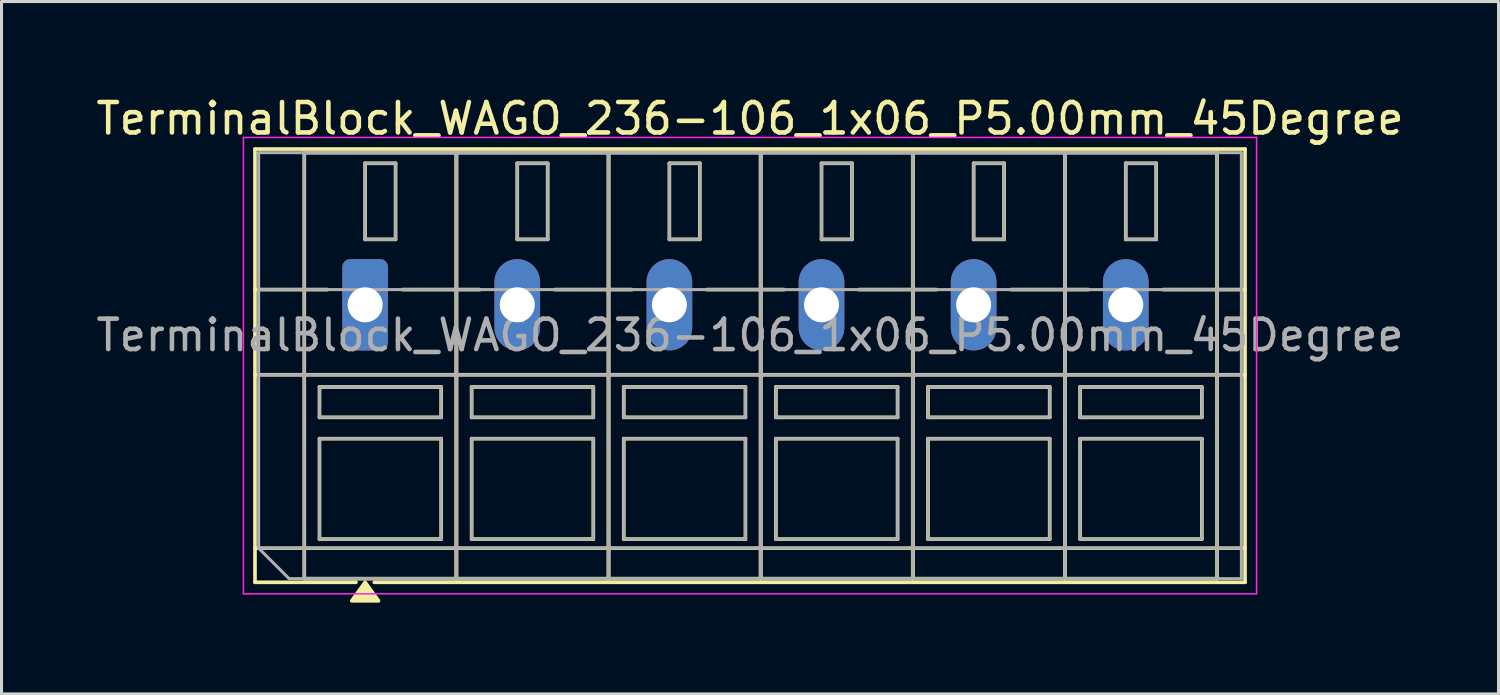
<source format=kicad_pcb>
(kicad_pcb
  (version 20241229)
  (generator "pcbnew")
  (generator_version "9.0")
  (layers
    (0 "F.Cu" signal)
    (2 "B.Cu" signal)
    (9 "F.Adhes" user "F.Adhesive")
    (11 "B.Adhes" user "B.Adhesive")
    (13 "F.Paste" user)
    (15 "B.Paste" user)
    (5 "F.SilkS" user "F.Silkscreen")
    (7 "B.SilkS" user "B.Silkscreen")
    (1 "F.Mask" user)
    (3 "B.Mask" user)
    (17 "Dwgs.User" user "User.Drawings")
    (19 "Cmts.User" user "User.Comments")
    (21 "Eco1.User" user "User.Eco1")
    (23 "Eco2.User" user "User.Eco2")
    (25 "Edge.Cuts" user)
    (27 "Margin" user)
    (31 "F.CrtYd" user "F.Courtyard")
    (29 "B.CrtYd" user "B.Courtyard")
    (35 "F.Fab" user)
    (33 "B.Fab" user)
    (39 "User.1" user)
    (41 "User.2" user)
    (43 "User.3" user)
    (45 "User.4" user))
  (footprint "TerminalBlock_WAGO_236-106_1x06_P5.00mm_45Degree"
    (layer "F.Cu")
    (at 8.951 6.968)
    (property "Reference" "TerminalBlock_WAGO_236-106_1x06_P5.00mm_45Degree" (at 12.65 -6.12 0) (layer "F.SilkS") (effects (font (size 1 1) (thickness 0.15))))
    (attr through_hole)
    (fp_line (start -3.62 -5.12) (end 28.92 -5.12) (stroke (width 0.12) (type solid)) (layer "F.SilkS"))
    (fp_line (start -3.62 -0.5) (end -1.23 -0.5) (stroke (width 0.12) (type solid)) (layer "F.SilkS"))
    (fp_line (start -3.62 2.3) (end 28.92 2.3) (stroke (width 0.12) (type solid)) (layer "F.SilkS"))
    (fp_line (start -3.62 8) (end 28.92 8) (stroke (width 0.12) (type solid)) (layer "F.SilkS"))
    (fp_line (start -3.62 9.12) (end -3.62 -5.12) (stroke (width 0.12) (type solid)) (layer "F.SilkS"))
    (fp_line (start -2 -5) (end 3 -5) (stroke (width 0.12) (type solid)) (layer "F.SilkS"))
    (fp_line (start -2 9) (end -2 -5) (stroke (width 0.12) (type solid)) (layer "F.SilkS"))
    (fp_line (start -1.5 2.7) (end 2.5 2.7) (stroke (width 0.12) (type solid)) (layer "F.SilkS"))
    (fp_line (start -1.5 3.7) (end -1.5 2.7) (stroke (width 0.12) (type solid)) (layer "F.SilkS"))
    (fp_line (start -1.5 4.4) (end 2.5 4.4) (stroke (width 0.12) (type solid)) (layer "F.SilkS"))
    (fp_line (start -1.5 7.7) (end -1.5 4.4) (stroke (width 0.12) (type solid)) (layer "F.SilkS"))
    (fp_line (start -0.3 9.12) (end -3.62 9.12) (stroke (width 0.12) (type solid)) (layer "F.SilkS"))
    (fp_line (start 0 -4.65) (end 1 -4.65) (stroke (width 0.12) (type solid)) (layer "F.SilkS"))
    (fp_line (start 0 -2.15) (end 0 -4.65) (stroke (width 0.12) (type solid)) (layer "F.SilkS"))
    (fp_line (start 1 -4.65) (end 1 -2.15) (stroke (width 0.12) (type solid)) (layer "F.SilkS"))
    (fp_line (start 1 -2.15) (end 0 -2.15) (stroke (width 0.12) (type solid)) (layer "F.SilkS"))
    (fp_line (start 1.23 -0.5) (end 3.77 -0.5) (stroke (width 0.12) (type solid)) (layer "F.SilkS"))
    (fp_line (start 2.5 2.7) (end 2.5 3.7) (stroke (width 0.12) (type solid)) (layer "F.SilkS"))
    (fp_line (start 2.5 3.7) (end -1.5 3.7) (stroke (width 0.12) (type solid)) (layer "F.SilkS"))
    (fp_line (start 2.5 4.4) (end 2.5 7.7) (stroke (width 0.12) (type solid)) (layer "F.SilkS"))
    (fp_line (start 2.5 7.7) (end -1.5 7.7) (stroke (width 0.12) (type solid)) (layer "F.SilkS"))
    (fp_line (start 3 -5) (end 3 9) (stroke (width 0.12) (type solid)) (layer "F.SilkS"))
    (fp_line (start 3 -5) (end 8 -5) (stroke (width 0.12) (type solid)) (layer "F.SilkS"))
    (fp_line (start 3 9) (end -2 9) (stroke (width 0.12) (type solid)) (layer "F.SilkS"))
    (fp_line (start 3 9) (end 3 -5) (stroke (width 0.12) (type solid)) (layer "F.SilkS"))
    (fp_line (start 3.5 2.7) (end 7.5 2.7) (stroke (width 0.12) (type solid)) (layer "F.SilkS"))
    (fp_line (start 3.5 3.7) (end 3.5 2.7) (stroke (width 0.12) (type solid)) (layer "F.SilkS"))
    (fp_line (start 3.5 4.4) (end 7.5 4.4) (stroke (width 0.12) (type solid)) (layer "F.SilkS"))
    (fp_line (start 3.5 7.7) (end 3.5 4.4) (stroke (width 0.12) (type solid)) (layer "F.SilkS"))
    (fp_line (start 5 -4.65) (end 6 -4.65) (stroke (width 0.12) (type solid)) (layer "F.SilkS"))
    (fp_line (start 5 -2.15) (end 5 -4.65) (stroke (width 0.12) (type solid)) (layer "F.SilkS"))
    (fp_line (start 6 -4.65) (end 6 -2.15) (stroke (width 0.12) (type solid)) (layer "F.SilkS"))
    (fp_line (start 6 -2.15) (end 5 -2.15) (stroke (width 0.12) (type solid)) (layer "F.SilkS"))
    (fp_line (start 6.23 -0.5) (end 8.77 -0.5) (stroke (width 0.12) (type solid)) (layer "F.SilkS"))
    (fp_line (start 7.5 2.7) (end 7.5 3.7) (stroke (width 0.12) (type solid)) (layer "F.SilkS"))
    (fp_line (start 7.5 3.7) (end 3.5 3.7) (stroke (width 0.12) (type solid)) (layer "F.SilkS"))
    (fp_line (start 7.5 4.4) (end 7.5 7.7) (stroke (width 0.12) (type solid)) (layer "F.SilkS"))
    (fp_line (start 7.5 7.7) (end 3.5 7.7) (stroke (width 0.12) (type solid)) (layer "F.SilkS"))
    (fp_line (start 8 -5) (end 8 9) (stroke (width 0.12) (type solid)) (layer "F.SilkS"))
    (fp_line (start 8 -5) (end 13 -5) (stroke (width 0.12) (type solid)) (layer "F.SilkS"))
    (fp_line (start 8 9) (end 3 9) (stroke (width 0.12) (type solid)) (layer "F.SilkS"))
    (fp_line (start 8 9) (end 8 -5) (stroke (width 0.12) (type solid)) (layer "F.SilkS"))
    (fp_line (start 8.5 2.7) (end 12.5 2.7) (stroke (width 0.12) (type solid)) (layer "F.SilkS"))
    (fp_line (start 8.5 3.7) (end 8.5 2.7) (stroke (width 0.12) (type solid)) (layer "F.SilkS"))
    (fp_line (start 8.5 4.4) (end 12.5 4.4) (stroke (width 0.12) (type solid)) (layer "F.SilkS"))
    (fp_line (start 8.5 7.7) (end 8.5 4.4) (stroke (width 0.12) (type solid)) (layer "F.SilkS"))
    (fp_line (start 10 -4.65) (end 11 -4.65) (stroke (width 0.12) (type solid)) (layer "F.SilkS"))
    (fp_line (start 10 -2.15) (end 10 -4.65) (stroke (width 0.12) (type solid)) (layer "F.SilkS"))
    (fp_line (start 11 -4.65) (end 11 -2.15) (stroke (width 0.12) (type solid)) (layer "F.SilkS"))
    (fp_line (start 11 -2.15) (end 10 -2.15) (stroke (width 0.12) (type solid)) (layer "F.SilkS"))
    (fp_line (start 11.23 -0.5) (end 13.77 -0.5) (stroke (width 0.12) (type solid)) (layer "F.SilkS"))
    (fp_line (start 12.5 2.7) (end 12.5 3.7) (stroke (width 0.12) (type solid)) (layer "F.SilkS"))
    (fp_line (start 12.5 3.7) (end 8.5 3.7) (stroke (width 0.12) (type solid)) (layer "F.SilkS"))
    (fp_line (start 12.5 4.4) (end 12.5 7.7) (stroke (width 0.12) (type solid)) (layer "F.SilkS"))
    (fp_line (start 12.5 7.7) (end 8.5 7.7) (stroke (width 0.12) (type solid)) (layer "F.SilkS"))
    (fp_line (start 13 -5) (end 13 9) (stroke (width 0.12) (type solid)) (layer "F.SilkS"))
    (fp_line (start 13 -5) (end 18 -5) (stroke (width 0.12) (type solid)) (layer "F.SilkS"))
    (fp_line (start 13 9) (end 8 9) (stroke (width 0.12) (type solid)) (layer "F.SilkS"))
    (fp_line (start 13 9) (end 13 -5) (stroke (width 0.12) (type solid)) (layer "F.SilkS"))
    (fp_line (start 13.5 2.7) (end 17.5 2.7) (stroke (width 0.12) (type solid)) (layer "F.SilkS"))
    (fp_line (start 13.5 3.7) (end 13.5 2.7) (stroke (width 0.12) (type solid)) (layer "F.SilkS"))
    (fp_line (start 13.5 4.4) (end 17.5 4.4) (stroke (width 0.12) (type solid)) (layer "F.SilkS"))
    (fp_line (start 13.5 7.7) (end 13.5 4.4) (stroke (width 0.12) (type solid)) (layer "F.SilkS"))
    (fp_line (start 15 -4.65) (end 16 -4.65) (stroke (width 0.12) (type solid)) (layer "F.SilkS"))
    (fp_line (start 15 -2.15) (end 15 -4.65) (stroke (width 0.12) (type solid)) (layer "F.SilkS"))
    (fp_line (start 16 -4.65) (end 16 -2.15) (stroke (width 0.12) (type solid)) (layer "F.SilkS"))
    (fp_line (start 16 -2.15) (end 15 -2.15) (stroke (width 0.12) (type solid)) (layer "F.SilkS"))
    (fp_line (start 16.23 -0.5) (end 18.77 -0.5) (stroke (width 0.12) (type solid)) (layer "F.SilkS"))
    (fp_line (start 17.5 2.7) (end 17.5 3.7) (stroke (width 0.12) (type solid)) (layer "F.SilkS"))
    (fp_line (start 17.5 3.7) (end 13.5 3.7) (stroke (width 0.12) (type solid)) (layer "F.SilkS"))
    (fp_line (start 17.5 4.4) (end 17.5 7.7) (stroke (width 0.12) (type solid)) (layer "F.SilkS"))
    (fp_line (start 17.5 7.7) (end 13.5 7.7) (stroke (width 0.12) (type solid)) (layer "F.SilkS"))
    (fp_line (start 18 -5) (end 18 9) (stroke (width 0.12) (type solid)) (layer "F.SilkS"))
    (fp_line (start 18 -5) (end 23 -5) (stroke (width 0.12) (type solid)) (layer "F.SilkS"))
    (fp_line (start 18 9) (end 13 9) (stroke (width 0.12) (type solid)) (layer "F.SilkS"))
    (fp_line (start 18 9) (end 18 -5) (stroke (width 0.12) (type solid)) (layer "F.SilkS"))
    (fp_line (start 18.5 2.7) (end 22.5 2.7) (stroke (width 0.12) (type solid)) (layer "F.SilkS"))
    (fp_line (start 18.5 3.7) (end 18.5 2.7) (stroke (width 0.12) (type solid)) (layer "F.SilkS"))
    (fp_line (start 18.5 4.4) (end 22.5 4.4) (stroke (width 0.12) (type solid)) (layer "F.SilkS"))
    (fp_line (start 18.5 7.7) (end 18.5 4.4) (stroke (width 0.12) (type solid)) (layer "F.SilkS"))
    (fp_line (start 20 -4.65) (end 21 -4.65) (stroke (width 0.12) (type solid)) (layer "F.SilkS"))
    (fp_line (start 20 -2.15) (end 20 -4.65) (stroke (width 0.12) (type solid)) (layer "F.SilkS"))
    (fp_line (start 21 -4.65) (end 21 -2.15) (stroke (width 0.12) (type solid)) (layer "F.SilkS"))
    (fp_line (start 21 -2.15) (end 20 -2.15) (stroke (width 0.12) (type solid)) (layer "F.SilkS"))
    (fp_line (start 21.23 -0.5) (end 23.77 -0.5) (stroke (width 0.12) (type solid)) (layer "F.SilkS"))
    (fp_line (start 22.5 2.7) (end 22.5 3.7) (stroke (width 0.12) (type solid)) (layer "F.SilkS"))
    (fp_line (start 22.5 3.7) (end 18.5 3.7) (stroke (width 0.12) (type solid)) (layer "F.SilkS"))
    (fp_line (start 22.5 4.4) (end 22.5 7.7) (stroke (width 0.12) (type solid)) (layer "F.SilkS"))
    (fp_line (start 22.5 7.7) (end 18.5 7.7) (stroke (width 0.12) (type solid)) (layer "F.SilkS"))
    (fp_line (start 23 -5) (end 23 9) (stroke (width 0.12) (type solid)) (layer "F.SilkS"))
    (fp_line (start 23 -5) (end 28 -5) (stroke (width 0.12) (type solid)) (layer "F.SilkS"))
    (fp_line (start 23 9) (end 18 9) (stroke (width 0.12) (type solid)) (layer "F.SilkS"))
    (fp_line (start 23 9) (end 23 -5) (stroke (width 0.12) (type solid)) (layer "F.SilkS"))
    (fp_line (start 23.5 2.7) (end 27.5 2.7) (stroke (width 0.12) (type solid)) (layer "F.SilkS"))
    (fp_line (start 23.5 3.7) (end 23.5 2.7) (stroke (width 0.12) (type solid)) (layer "F.SilkS"))
    (fp_line (start 23.5 4.4) (end 27.5 4.4) (stroke (width 0.12) (type solid)) (layer "F.SilkS"))
    (fp_line (start 23.5 7.7) (end 23.5 4.4) (stroke (width 0.12) (type solid)) (layer "F.SilkS"))
    (fp_line (start 25 -4.65) (end 26 -4.65) (stroke (width 0.12) (type solid)) (layer "F.SilkS"))
    (fp_line (start 25 -2.15) (end 25 -4.65) (stroke (width 0.12) (type solid)) (layer "F.SilkS"))
    (fp_line (start 26 -4.65) (end 26 -2.15) (stroke (width 0.12) (type solid)) (layer "F.SilkS"))
    (fp_line (start 26 -2.15) (end 25 -2.15) (stroke (width 0.12) (type solid)) (layer "F.SilkS"))
    (fp_line (start 26.23 -0.5) (end 28.92 -0.5) (stroke (width 0.12) (type solid)) (layer "F.SilkS"))
    (fp_line (start 27.5 2.7) (end 27.5 3.7) (stroke (width 0.12) (type solid)) (layer "F.SilkS"))
    (fp_line (start 27.5 3.7) (end 23.5 3.7) (stroke (width 0.12) (type solid)) (layer "F.SilkS"))
    (fp_line (start 27.5 4.4) (end 27.5 7.7) (stroke (width 0.12) (type solid)) (layer "F.SilkS"))
    (fp_line (start 27.5 7.7) (end 23.5 7.7) (stroke (width 0.12) (type solid)) (layer "F.SilkS"))
    (fp_line (start 28 -5) (end 28 9) (stroke (width 0.12) (type solid)) (layer "F.SilkS"))
    (fp_line (start 28 9) (end 23 9) (stroke (width 0.12) (type solid)) (layer "F.SilkS"))
    (fp_line (start 28.92 -5.12) (end 28.92 9.12) (stroke (width 0.12) (type solid)) (layer "F.SilkS"))
    (fp_line (start 28.92 9.12) (end 0.3 9.12) (stroke (width 0.12) (type solid)) (layer "F.SilkS"))
    (fp_poly (pts (xy 0 9.12) (xy 0.44 9.73) (xy -0.44 9.73)) (stroke (width 0.12) (type solid)) (fill yes) (layer "F.SilkS"))
    (fp_line (start -4 -5.5) (end -4 9.5) (stroke (width 0.05) (type solid)) (layer "F.CrtYd"))
    (fp_line (start -4 9.5) (end 29.3 9.5) (stroke (width 0.05) (type solid)) (layer "F.CrtYd"))
    (fp_line (start 29.3 -5.5) (end -4 -5.5) (stroke (width 0.05) (type solid)) (layer "F.CrtYd"))
    (fp_line (start 29.3 9.5) (end 29.3 -5.5) (stroke (width 0.05) (type solid)) (layer "F.CrtYd"))
    (fp_line (start -3.5 -5) (end 28.8 -5) (stroke (width 0.1) (type solid)) (layer "F.Fab"))
    (fp_line (start -3.5 -0.5) (end 28.8 -0.5) (stroke (width 0.1) (type solid)) (layer "F.Fab"))
    (fp_line (start -3.5 2.3) (end 28.8 2.3) (stroke (width 0.1) (type solid)) (layer "F.Fab"))
    (fp_line (start -3.5 8) (end -3.5 -5) (stroke (width 0.1) (type solid)) (layer "F.Fab"))
    (fp_line (start -3.5 8) (end 28.8 8) (stroke (width 0.1) (type solid)) (layer "F.Fab"))
    (fp_line (start -2.5 9) (end -3.5 8) (stroke (width 0.1) (type solid)) (layer "F.Fab"))
    (fp_line (start -2 -5) (end -2 9) (stroke (width 0.1) (type solid)) (layer "F.Fab"))
    (fp_line (start -2 9) (end 3 9) (stroke (width 0.1) (type solid)) (layer "F.Fab"))
    (fp_line (start -1.5 2.7) (end -1.5 3.7) (stroke (width 0.1) (type solid)) (layer "F.Fab"))
    (fp_line (start -1.5 3.7) (end 2.5 3.7) (stroke (width 0.1) (type solid)) (layer "F.Fab"))
    (fp_line (start -1.5 4.4) (end -1.5 7.7) (stroke (width 0.1) (type solid)) (layer "F.Fab"))
    (fp_line (start -1.5 7.7) (end 2.5 7.7) (stroke (width 0.1) (type solid)) (layer "F.Fab"))
    (fp_line (start 0 -4.65) (end 0 -2.15) (stroke (width 0.1) (type solid)) (layer "F.Fab"))
    (fp_line (start 0 -2.15) (end 1 -2.15) (stroke (width 0.1) (type solid)) (layer "F.Fab"))
    (fp_line (start 1 -4.65) (end 0 -4.65) (stroke (width 0.1) (type solid)) (layer "F.Fab"))
    (fp_line (start 1 -2.15) (end 1 -4.65) (stroke (width 0.1) (type solid)) (layer "F.Fab"))
    (fp_line (start 2.5 2.7) (end -1.5 2.7) (stroke (width 0.1) (type solid)) (layer "F.Fab"))
    (fp_line (start 2.5 3.7) (end 2.5 2.7) (stroke (width 0.1) (type solid)) (layer "F.Fab"))
    (fp_line (start 2.5 4.4) (end -1.5 4.4) (stroke (width 0.1) (type solid)) (layer "F.Fab"))
    (fp_line (start 2.5 7.7) (end 2.5 4.4) (stroke (width 0.1) (type solid)) (layer "F.Fab"))
    (fp_line (start 3 -5) (end -2 -5) (stroke (width 0.1) (type solid)) (layer "F.Fab"))
    (fp_line (start 3 -5) (end 3 9) (stroke (width 0.1) (type solid)) (layer "F.Fab"))
    (fp_line (start 3 9) (end 3 -5) (stroke (width 0.1) (type solid)) (layer "F.Fab"))
    (fp_line (start 3 9) (end 8 9) (stroke (width 0.1) (type solid)) (layer "F.Fab"))
    (fp_line (start 3.5 2.7) (end 3.5 3.7) (stroke (width 0.1) (type solid)) (layer "F.Fab"))
    (fp_line (start 3.5 3.7) (end 7.5 3.7) (stroke (width 0.1) (type solid)) (layer "F.Fab"))
    (fp_line (start 3.5 4.4) (end 3.5 7.7) (stroke (width 0.1) (type solid)) (layer "F.Fab"))
    (fp_line (start 3.5 7.7) (end 7.5 7.7) (stroke (width 0.1) (type solid)) (layer "F.Fab"))
    (fp_line (start 5 -4.65) (end 5 -2.15) (stroke (width 0.1) (type solid)) (layer "F.Fab"))
    (fp_line (start 5 -2.15) (end 6 -2.15) (stroke (width 0.1) (type solid)) (layer "F.Fab"))
    (fp_line (start 6 -4.65) (end 5 -4.65) (stroke (width 0.1) (type solid)) (layer "F.Fab"))
    (fp_line (start 6 -2.15) (end 6 -4.65) (stroke (width 0.1) (type solid)) (layer "F.Fab"))
    (fp_line (start 7.5 2.7) (end 3.5 2.7) (stroke (width 0.1) (type solid)) (layer "F.Fab"))
    (fp_line (start 7.5 3.7) (end 7.5 2.7) (stroke (width 0.1) (type solid)) (layer "F.Fab"))
    (fp_line (start 7.5 4.4) (end 3.5 4.4) (stroke (width 0.1) (type solid)) (layer "F.Fab"))
    (fp_line (start 7.5 7.7) (end 7.5 4.4) (stroke (width 0.1) (type solid)) (layer "F.Fab"))
    (fp_line (start 8 -5) (end 3 -5) (stroke (width 0.1) (type solid)) (layer "F.Fab"))
    (fp_line (start 8 -5) (end 8 9) (stroke (width 0.1) (type solid)) (layer "F.Fab"))
    (fp_line (start 8 9) (end 8 -5) (stroke (width 0.1) (type solid)) (layer "F.Fab"))
    (fp_line (start 8 9) (end 13 9) (stroke (width 0.1) (type solid)) (layer "F.Fab"))
    (fp_line (start 8.5 2.7) (end 8.5 3.7) (stroke (width 0.1) (type solid)) (layer "F.Fab"))
    (fp_line (start 8.5 3.7) (end 12.5 3.7) (stroke (width 0.1) (type solid)) (layer "F.Fab"))
    (fp_line (start 8.5 4.4) (end 8.5 7.7) (stroke (width 0.1) (type solid)) (layer "F.Fab"))
    (fp_line (start 8.5 7.7) (end 12.5 7.7) (stroke (width 0.1) (type solid)) (layer "F.Fab"))
    (fp_line (start 10 -4.65) (end 10 -2.15) (stroke (width 0.1) (type solid)) (layer "F.Fab"))
    (fp_line (start 10 -2.15) (end 11 -2.15) (stroke (width 0.1) (type solid)) (layer "F.Fab"))
    (fp_line (start 11 -4.65) (end 10 -4.65) (stroke (width 0.1) (type solid)) (layer "F.Fab"))
    (fp_line (start 11 -2.15) (end 11 -4.65) (stroke (width 0.1) (type solid)) (layer "F.Fab"))
    (fp_line (start 12.5 2.7) (end 8.5 2.7) (stroke (width 0.1) (type solid)) (layer "F.Fab"))
    (fp_line (start 12.5 3.7) (end 12.5 2.7) (stroke (width 0.1) (type solid)) (layer "F.Fab"))
    (fp_line (start 12.5 4.4) (end 8.5 4.4) (stroke (width 0.1) (type solid)) (layer "F.Fab"))
    (fp_line (start 12.5 7.7) (end 12.5 4.4) (stroke (width 0.1) (type solid)) (layer "F.Fab"))
    (fp_line (start 13 -5) (end 8 -5) (stroke (width 0.1) (type solid)) (layer "F.Fab"))
    (fp_line (start 13 -5) (end 13 9) (stroke (width 0.1) (type solid)) (layer "F.Fab"))
    (fp_line (start 13 9) (end 13 -5) (stroke (width 0.1) (type solid)) (layer "F.Fab"))
    (fp_line (start 13 9) (end 18 9) (stroke (width 0.1) (type solid)) (layer "F.Fab"))
    (fp_line (start 13.5 2.7) (end 13.5 3.7) (stroke (width 0.1) (type solid)) (layer "F.Fab"))
    (fp_line (start 13.5 3.7) (end 17.5 3.7) (stroke (width 0.1) (type solid)) (layer "F.Fab"))
    (fp_line (start 13.5 4.4) (end 13.5 7.7) (stroke (width 0.1) (type solid)) (layer "F.Fab"))
    (fp_line (start 13.5 7.7) (end 17.5 7.7) (stroke (width 0.1) (type solid)) (layer "F.Fab"))
    (fp_line (start 15 -4.65) (end 15 -2.15) (stroke (width 0.1) (type solid)) (layer "F.Fab"))
    (fp_line (start 15 -2.15) (end 16 -2.15) (stroke (width 0.1) (type solid)) (layer "F.Fab"))
    (fp_line (start 16 -4.65) (end 15 -4.65) (stroke (width 0.1) (type solid)) (layer "F.Fab"))
    (fp_line (start 16 -2.15) (end 16 -4.65) (stroke (width 0.1) (type solid)) (layer "F.Fab"))
    (fp_line (start 17.5 2.7) (end 13.5 2.7) (stroke (width 0.1) (type solid)) (layer "F.Fab"))
    (fp_line (start 17.5 3.7) (end 17.5 2.7) (stroke (width 0.1) (type solid)) (layer "F.Fab"))
    (fp_line (start 17.5 4.4) (end 13.5 4.4) (stroke (width 0.1) (type solid)) (layer "F.Fab"))
    (fp_line (start 17.5 7.7) (end 17.5 4.4) (stroke (width 0.1) (type solid)) (layer "F.Fab"))
    (fp_line (start 18 -5) (end 13 -5) (stroke (width 0.1) (type solid)) (layer "F.Fab"))
    (fp_line (start 18 -5) (end 18 9) (stroke (width 0.1) (type solid)) (layer "F.Fab"))
    (fp_line (start 18 9) (end 18 -5) (stroke (width 0.1) (type solid)) (layer "F.Fab"))
    (fp_line (start 18 9) (end 23 9) (stroke (width 0.1) (type solid)) (layer "F.Fab"))
    (fp_line (start 18.5 2.7) (end 18.5 3.7) (stroke (width 0.1) (type solid)) (layer "F.Fab"))
    (fp_line (start 18.5 3.7) (end 22.5 3.7) (stroke (width 0.1) (type solid)) (layer "F.Fab"))
    (fp_line (start 18.5 4.4) (end 18.5 7.7) (stroke (width 0.1) (type solid)) (layer "F.Fab"))
    (fp_line (start 18.5 7.7) (end 22.5 7.7) (stroke (width 0.1) (type solid)) (layer "F.Fab"))
    (fp_line (start 20 -4.65) (end 20 -2.15) (stroke (width 0.1) (type solid)) (layer "F.Fab"))
    (fp_line (start 20 -2.15) (end 21 -2.15) (stroke (width 0.1) (type solid)) (layer "F.Fab"))
    (fp_line (start 21 -4.65) (end 20 -4.65) (stroke (width 0.1) (type solid)) (layer "F.Fab"))
    (fp_line (start 21 -2.15) (end 21 -4.65) (stroke (width 0.1) (type solid)) (layer "F.Fab"))
    (fp_line (start 22.5 2.7) (end 18.5 2.7) (stroke (width 0.1) (type solid)) (layer "F.Fab"))
    (fp_line (start 22.5 3.7) (end 22.5 2.7) (stroke (width 0.1) (type solid)) (layer "F.Fab"))
    (fp_line (start 22.5 4.4) (end 18.5 4.4) (stroke (width 0.1) (type solid)) (layer "F.Fab"))
    (fp_line (start 22.5 7.7) (end 22.5 4.4) (stroke (width 0.1) (type solid)) (layer "F.Fab"))
    (fp_line (start 23 -5) (end 18 -5) (stroke (width 0.1) (type solid)) (layer "F.Fab"))
    (fp_line (start 23 -5) (end 23 9) (stroke (width 0.1) (type solid)) (layer "F.Fab"))
    (fp_line (start 23 9) (end 23 -5) (stroke (width 0.1) (type solid)) (layer "F.Fab"))
    (fp_line (start 23 9) (end 28 9) (stroke (width 0.1) (type solid)) (layer "F.Fab"))
    (fp_line (start 23.5 2.7) (end 23.5 3.7) (stroke (width 0.1) (type solid)) (layer "F.Fab"))
    (fp_line (start 23.5 3.7) (end 27.5 3.7) (stroke (width 0.1) (type solid)) (layer "F.Fab"))
    (fp_line (start 23.5 4.4) (end 23.5 7.7) (stroke (width 0.1) (type solid)) (layer "F.Fab"))
    (fp_line (start 23.5 7.7) (end 27.5 7.7) (stroke (width 0.1) (type solid)) (layer "F.Fab"))
    (fp_line (start 25 -4.65) (end 25 -2.15) (stroke (width 0.1) (type solid)) (layer "F.Fab"))
    (fp_line (start 25 -2.15) (end 26 -2.15) (stroke (width 0.1) (type solid)) (layer "F.Fab"))
    (fp_line (start 26 -4.65) (end 25 -4.65) (stroke (width 0.1) (type solid)) (layer "F.Fab"))
    (fp_line (start 26 -2.15) (end 26 -4.65) (stroke (width 0.1) (type solid)) (layer "F.Fab"))
    (fp_line (start 27.5 2.7) (end 23.5 2.7) (stroke (width 0.1) (type solid)) (layer "F.Fab"))
    (fp_line (start 27.5 3.7) (end 27.5 2.7) (stroke (width 0.1) (type solid)) (layer "F.Fab"))
    (fp_line (start 27.5 4.4) (end 23.5 4.4) (stroke (width 0.1) (type solid)) (layer "F.Fab"))
    (fp_line (start 27.5 7.7) (end 27.5 4.4) (stroke (width 0.1) (type solid)) (layer "F.Fab"))
    (fp_line (start 28 -5) (end 23 -5) (stroke (width 0.1) (type solid)) (layer "F.Fab"))
    (fp_line (start 28 9) (end 28 -5) (stroke (width 0.1) (type solid)) (layer "F.Fab"))
    (fp_line (start 28.8 -5) (end 28.8 9) (stroke (width 0.1) (type solid)) (layer "F.Fab"))
    (fp_line (start 28.8 9) (end -2.5 9) (stroke (width 0.1) (type solid)) (layer "F.Fab"))
    (fp_text user "${REFERENCE}" (at 12.65 1 0) (layer "F.Fab") (effects (font (size 1 1) (thickness 0.15))))
    (pad "1" thru_hole roundrect (at 0 0) (size 1.5 3) (drill 1.15) (layers "*.Cu" "*.Mask") (roundrect_rratio 0.167))
    (pad "2" thru_hole oval (at 5 0) (size 1.5 3) (drill 1.15) (layers "*.Cu" "*.Mask"))
    (pad "3" thru_hole oval (at 10 0) (size 1.5 3) (drill 1.15) (layers "*.Cu" "*.Mask"))
    (pad "4" thru_hole oval (at 15 0) (size 1.5 3) (drill 1.15) (layers "*.Cu" "*.Mask"))
    (pad "5" thru_hole oval (at 20 0) (size 1.5 3) (drill 1.15) (layers "*.Cu" "*.Mask"))
    (pad "6" thru_hole oval (at 25 0) (size 1.5 3) (drill 1.15) (layers "*.Cu" "*.Mask")))
  (gr_rect
    (start -3 -3)
    (end 46.202 19.758)
    (stroke (width 0.1) (type default))
    (fill no)
    (layer "Edge.Cuts")))
</source>
